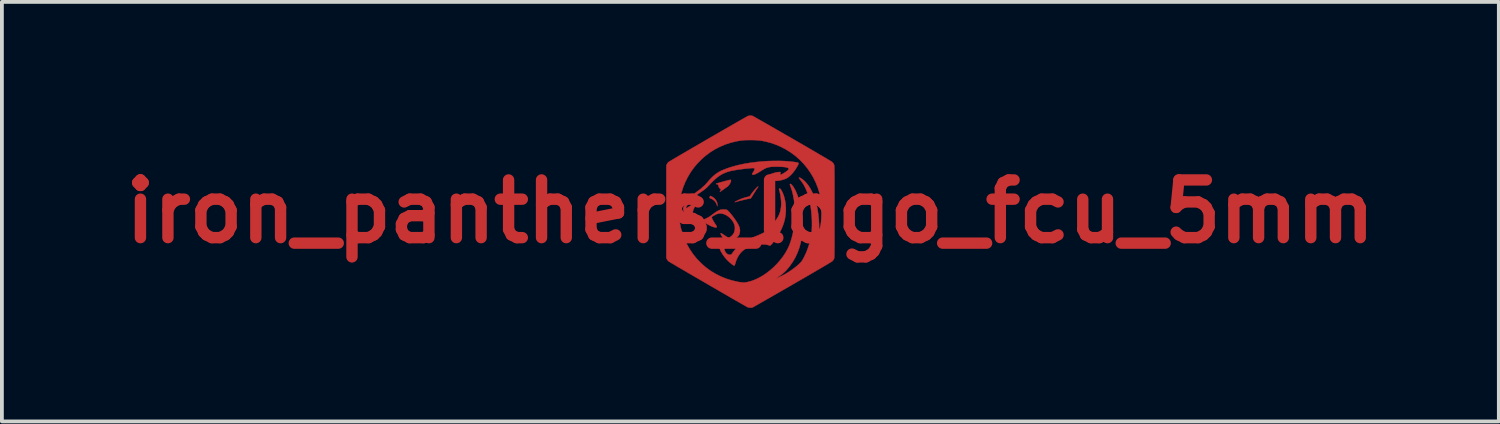
<source format=kicad_pcb>
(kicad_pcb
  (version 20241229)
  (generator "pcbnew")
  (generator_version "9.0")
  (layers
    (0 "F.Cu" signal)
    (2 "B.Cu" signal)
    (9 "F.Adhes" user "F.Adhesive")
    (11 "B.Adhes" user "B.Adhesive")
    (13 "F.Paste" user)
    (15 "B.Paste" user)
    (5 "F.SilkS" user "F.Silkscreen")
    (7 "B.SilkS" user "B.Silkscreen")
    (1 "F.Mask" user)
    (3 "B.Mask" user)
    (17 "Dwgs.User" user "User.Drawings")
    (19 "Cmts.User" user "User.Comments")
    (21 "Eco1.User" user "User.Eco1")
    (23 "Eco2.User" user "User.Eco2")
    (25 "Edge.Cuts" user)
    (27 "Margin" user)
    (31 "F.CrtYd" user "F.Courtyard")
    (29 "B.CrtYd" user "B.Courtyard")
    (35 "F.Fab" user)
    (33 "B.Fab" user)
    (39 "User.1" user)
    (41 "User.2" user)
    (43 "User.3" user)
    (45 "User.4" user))
  (footprint "iron_panthers_logo_fcu_5mm"
    (layer "F.Cu")
    (at 16.771 2.538)
    (property "Reference" "iron_panthers_logo_fcu_5mm" (at 0 0 0) (layer "F.Cu") (effects (font (size 1.524 1.524) (thickness 0.3))))
    (attr through_hole)
    (fp_poly (pts (xy -1.048 -0.41) (xy -1.032 -0.402) (xy -1.011 -0.391) (xy -0.991 -0.379) (xy -0.973 -0.368) (xy -0.966 -0.363) (xy -0.942 -0.34) (xy -0.918 -0.31) (xy -0.897 -0.278) (xy -0.882 -0.247) (xy -0.879 -0.238) (xy -0.874 -0.211) (xy -0.871 -0.182) (xy -0.871 -0.17) (xy -0.873 -0.137) (xy -0.882 -0.17) (xy -0.895 -0.205) (xy -0.915 -0.241) (xy -0.94 -0.274) (xy -0.964 -0.297) (xy -0.982 -0.31) (xy -1.005 -0.325) (xy -1.029 -0.338) (xy -1.051 -0.348) (xy -1.067 -0.355) (xy -1.072 -0.356) (xy -1.079 -0.36) (xy -1.079 -0.362) (xy -1.077 -0.372) (xy -1.072 -0.387) (xy -1.065 -0.402) (xy -1.059 -0.411) (xy -1.057 -0.413) (xy -1.048 -0.41)) (stroke (width 0.01) (type solid)) (fill yes) (layer "F.Cu"))
    (fp_poly (pts (xy -0.516 -0.833) (xy -0.511 -0.819) (xy -0.514 -0.796) (xy -0.518 -0.783) (xy -0.535 -0.746) (xy -0.558 -0.709) (xy -0.585 -0.677) (xy -0.599 -0.664) (xy -0.613 -0.653) (xy -0.635 -0.638) (xy -0.661 -0.619) (xy -0.69 -0.598) (xy -0.719 -0.577) (xy -0.747 -0.558) (xy -0.771 -0.542) (xy -0.788 -0.531) (xy -0.795 -0.526) (xy -0.804 -0.523) (xy -0.806 -0.525) (xy -0.803 -0.532) (xy -0.795 -0.546) (xy -0.789 -0.554) (xy -0.772 -0.579) (xy -0.795 -0.599) (xy -0.82 -0.625) (xy -0.835 -0.651) (xy -0.843 -0.682) (xy -0.843 -0.683) (xy -0.847 -0.702) (xy -0.852 -0.711) (xy -0.863 -0.717) (xy -0.878 -0.72) (xy -0.896 -0.725) (xy -0.907 -0.731) (xy -0.909 -0.733) (xy -0.903 -0.736) (xy -0.887 -0.742) (xy -0.861 -0.749) (xy -0.83 -0.759) (xy -0.793 -0.77) (xy -0.752 -0.781) (xy -0.711 -0.792) (xy -0.669 -0.804) (xy -0.63 -0.814) (xy -0.595 -0.823) (xy -0.565 -0.831) (xy -0.543 -0.836) (xy -0.53 -0.838) (xy -0.529 -0.838) (xy -0.516 -0.833)) (stroke (width 0.01) (type solid)) (fill yes) (layer "F.Cu"))
    (fp_poly (pts (xy 0.21 -0.662) (xy 0.207 -0.655) (xy 0.199 -0.64) (xy 0.184 -0.617) (xy 0.169 -0.595) (xy 0.145 -0.559) (xy 0.118 -0.517) (xy 0.091 -0.474) (xy 0.067 -0.435) (xy 0.064 -0.43) (xy 0.043 -0.396) (xy 0.028 -0.373) (xy 0.016 -0.357) (xy 0.008 -0.348) (xy 0.000289 -0.344) (xy -0.005 -0.343) (xy -0.021 -0.341) (xy -0.048 -0.337) (xy -0.083 -0.33) (xy -0.125 -0.321) (xy -0.171 -0.31) (xy -0.22 -0.298) (xy -0.27 -0.286) (xy -0.319 -0.273) (xy -0.365 -0.261) (xy -0.403 -0.25) (xy -0.411 -0.249) (xy -0.41 -0.253) (xy -0.402 -0.258) (xy -0.385 -0.268) (xy -0.362 -0.28) (xy -0.336 -0.294) (xy -0.29 -0.315) (xy -0.237 -0.337) (xy -0.182 -0.356) (xy -0.128 -0.373) (xy -0.079 -0.385) (xy -0.065 -0.388) (xy -0.041 -0.393) (xy -0.026 -0.398) (xy -0.015 -0.405) (xy -0.005 -0.418) (xy 0.004 -0.432) (xy 0.032 -0.472) (xy 0.064 -0.514) (xy 0.097 -0.554) (xy 0.13 -0.592) (xy 0.161 -0.624) (xy 0.188 -0.649) (xy 0.201 -0.659) (xy 0.208 -0.663) (xy 0.21 -0.662)) (stroke (width 0.01) (type solid)) (fill yes) (layer "F.Cu"))
    (fp_poly (pts (xy 0.034 -2.531) (xy 0.058 -2.526) (xy 0.065 -2.522) (xy 0.084 -2.512) (xy 0.112 -2.497) (xy 0.149 -2.476) (xy 0.195 -2.449) (xy 0.249 -2.418) (xy 0.311 -2.383) (xy 0.38 -2.344) (xy 0.456 -2.3) (xy 0.538 -2.253) (xy 0.625 -2.203) (xy 0.717 -2.15) (xy 0.813 -2.095) (xy 0.913 -2.037) (xy 1.017 -1.978) (xy 1.105 -1.927) (xy 1.251 -1.842) (xy 1.387 -1.764) (xy 1.511 -1.692) (xy 1.625 -1.626) (xy 1.728 -1.566) (xy 1.819 -1.512) (xy 1.9 -1.465) (xy 1.97 -1.424) (xy 2.029 -1.389) (xy 2.078 -1.359) (xy 2.116 -1.337) (xy 2.143 -1.32) (xy 2.159 -1.309) (xy 2.163 -1.305) (xy 2.188 -1.279) (xy 2.205 -1.252) (xy 2.209 -1.241) (xy 2.211 -1.237) (xy 2.212 -1.232) (xy 2.214 -1.227) (xy 2.215 -1.22) (xy 2.216 -1.212) (xy 2.217 -1.201) (xy 2.218 -1.187) (xy 2.219 -1.169) (xy 2.219 -1.148) (xy 2.22 -1.122) (xy 2.22 -1.091) (xy 2.221 -1.054) (xy 2.221 -1.011) (xy 2.222 -0.961) (xy 2.222 -0.903) (xy 2.222 -0.838) (xy 2.222 -0.765) (xy 2.222 -0.682) (xy 2.222 -0.59) (xy 2.222 -0.488) (xy 2.222 -0.375) (xy 2.222 -0.251) (xy 2.222 -0.116) (xy 2.223 0.003) (xy 2.222 0.149) (xy 2.222 0.282) (xy 2.222 0.404) (xy 2.222 0.515) (xy 2.222 0.615) (xy 2.222 0.705) (xy 2.222 0.786) (xy 2.222 0.858) (xy 2.222 0.921) (xy 2.221 0.977) (xy 2.221 1.026) (xy 2.221 1.068) (xy 2.22 1.104) (xy 2.22 1.134) (xy 2.219 1.159) (xy 2.218 1.18) (xy 2.218 1.196) (xy 2.217 1.209) (xy 2.216 1.22) (xy 2.215 1.228) (xy 2.214 1.234) (xy 2.212 1.239) (xy 2.211 1.244) (xy 2.21 1.247) (xy 2.193 1.279) (xy 2.17 1.307) (xy 2.17 1.307) (xy 2.162 1.313) (xy 2.145 1.325) (xy 2.119 1.341) (xy 2.084 1.362) (xy 2.04 1.389) (xy 1.986 1.421) (xy 1.923 1.458) (xy 1.85 1.501) (xy 1.767 1.549) (xy 1.674 1.604) (xy 1.571 1.664) (xy 1.457 1.73) (xy 1.333 1.802) (xy 1.197 1.88) (xy 1.114 1.928) (xy 1.009 1.989) (xy 0.905 2.049) (xy 0.806 2.106) (xy 0.71 2.161) (xy 0.618 2.214) (xy 0.531 2.264) (xy 0.45 2.31) (xy 0.375 2.353) (xy 0.307 2.392) (xy 0.246 2.427) (xy 0.192 2.458) (xy 0.147 2.483) (xy 0.111 2.504) (xy 0.084 2.519) (xy 0.067 2.528) (xy 0.061 2.531) (xy 0.024 2.539) (xy -0.017 2.539) (xy -0.056 2.531) (xy -0.073 2.525) (xy -0.085 2.519) (xy -0.107 2.506) (xy -0.139 2.489) (xy -0.179 2.466) (xy -0.228 2.438) (xy -0.284 2.406) (xy -0.346 2.371) (xy -0.415 2.331) (xy -0.489 2.289) (xy -0.567 2.243) (xy -0.65 2.195) (xy -0.736 2.146) (xy -0.825 2.094) (xy -0.916 2.041) (xy -1.009 1.988) (xy -1.102 1.934) (xy -1.196 1.879) (xy -1.289 1.825) (xy -1.38 1.772) (xy -1.47 1.72) (xy -1.557 1.669) (xy -1.642 1.62) (xy -1.722 1.573) (xy -1.797 1.529) (xy -1.868 1.488) (xy -1.933 1.45) (xy -1.991 1.415) (xy -2.042 1.385) (xy -2.085 1.36) (xy -2.12 1.339) (xy -2.146 1.323) (xy -2.161 1.313) (xy -2.167 1.31) (xy -2.183 1.29) (xy -2.199 1.266) (xy -2.205 1.255) (xy -2.219 1.222) (xy -2.219 -0.003) (xy -1.882 -0.003) (xy -1.882 0.054) (xy -1.882 0.101) (xy -1.881 0.139) (xy -1.879 0.171) (xy -1.877 0.2) (xy -1.874 0.227) (xy -1.871 0.254) (xy -1.868 0.27) (xy -1.838 0.426) (xy -1.796 0.577) (xy -1.742 0.722) (xy -1.677 0.862) (xy -1.601 0.996) (xy -1.515 1.123) (xy -1.417 1.244) (xy -1.389 1.275) (xy -1.28 1.385) (xy -1.164 1.484) (xy -1.041 1.573) (xy -0.91 1.651) (xy -0.774 1.719) (xy -0.631 1.776) (xy -0.482 1.822) (xy -0.328 1.857) (xy -0.27 1.867) (xy -0.226 1.873) (xy -0.188 1.876) (xy -0.153 1.875) (xy -0.115 1.87) (xy -0.076 1.863) (xy 0.023 1.837) (xy 0.124 1.8) (xy 0.225 1.752) (xy 0.326 1.695) (xy 0.425 1.628) (xy 0.522 1.553) (xy 0.615 1.471) (xy 0.703 1.383) (xy 0.785 1.289) (xy 0.861 1.191) (xy 0.929 1.089) (xy 0.987 0.984) (xy 0.991 0.977) (xy 1.03 0.89) (xy 1.065 0.793) (xy 1.096 0.687) (xy 1.123 0.575) (xy 1.145 0.458) (xy 1.162 0.338) (xy 1.173 0.217) (xy 1.179 0.096) (xy 1.179 -0.021) (xy 1.176 -0.081) (xy 1.166 -0.206) (xy 1.15 -0.324) (xy 1.129 -0.436) (xy 1.104 -0.538) (xy 1.074 -0.63) (xy 1.067 -0.65) (xy 1.057 -0.677) (xy 1.049 -0.7) (xy 1.045 -0.717) (xy 1.045 -0.724) (xy 1.054 -0.73) (xy 1.069 -0.726) (xy 1.087 -0.712) (xy 1.107 -0.69) (xy 1.13 -0.661) (xy 1.153 -0.624) (xy 1.177 -0.583) (xy 1.201 -0.537) (xy 1.203 -0.531) (xy 1.254 -0.408) (xy 1.297 -0.277) (xy 1.331 -0.14) (xy 1.357 0.003) (xy 1.373 0.149) (xy 1.381 0.298) (xy 1.379 0.446) (xy 1.368 0.594) (xy 1.358 0.67) (xy 1.332 0.815) (xy 1.295 0.953) (xy 1.247 1.084) (xy 1.189 1.21) (xy 1.119 1.33) (xy 1.038 1.446) (xy 0.956 1.545) (xy 0.9 1.601) (xy 0.834 1.658) (xy 0.759 1.711) (xy 0.754 1.714) (xy 0.728 1.731) (xy 0.707 1.746) (xy 0.692 1.756) (xy 0.686 1.761) (xy 0.686 1.762) (xy 0.691 1.761) (xy 0.706 1.756) (xy 0.729 1.746) (xy 0.758 1.733) (xy 0.791 1.718) (xy 0.827 1.701) (xy 0.864 1.682) (xy 0.869 1.68) (xy 0.927 1.649) (xy 0.986 1.613) (xy 1.047 1.574) (xy 1.107 1.532) (xy 1.164 1.49) (xy 1.218 1.447) (xy 1.267 1.406) (xy 1.308 1.367) (xy 1.341 1.331) (xy 1.36 1.307) (xy 1.397 1.247) (xy 1.433 1.177) (xy 1.469 1.099) (xy 1.503 1.015) (xy 1.534 0.927) (xy 1.562 0.839) (xy 1.586 0.751) (xy 1.604 0.666) (xy 1.61 0.635) (xy 1.616 0.584) (xy 1.622 0.524) (xy 1.625 0.456) (xy 1.628 0.384) (xy 1.628 0.311) (xy 1.627 0.238) (xy 1.626 0.194) (xy 1.614 0.032) (xy 1.596 -0.119) (xy 1.572 -0.26) (xy 1.541 -0.389) (xy 1.503 -0.508) (xy 1.458 -0.616) (xy 1.407 -0.713) (xy 1.349 -0.8) (xy 1.324 -0.832) (xy 1.306 -0.854) (xy 1.293 -0.872) (xy 1.284 -0.884) (xy 1.283 -0.888) (xy 1.287 -0.896) (xy 1.3 -0.896) (xy 1.319 -0.889) (xy 1.345 -0.874) (xy 1.376 -0.852) (xy 1.407 -0.827) (xy 1.469 -0.767) (xy 1.527 -0.696) (xy 1.581 -0.614) (xy 1.63 -0.522) (xy 1.673 -0.422) (xy 1.712 -0.313) (xy 1.745 -0.196) (xy 1.772 -0.073) (xy 1.792 0.056) (xy 1.807 0.191) (xy 1.815 0.329) (xy 1.817 0.406) (xy 1.817 0.446) (xy 1.817 0.474) (xy 1.818 0.492) (xy 1.819 0.501) (xy 1.821 0.503) (xy 1.823 0.498) (xy 1.826 0.489) (xy 1.843 0.425) (xy 1.858 0.351) (xy 1.87 0.269) (xy 1.88 0.182) (xy 1.885 0.093) (xy 1.887 0.004) (xy 1.887 0.003) (xy 1.885 -0.111) (xy 1.877 -0.216) (xy 1.863 -0.318) (xy 1.843 -0.419) (xy 1.829 -0.478) (xy 1.785 -0.624) (xy 1.729 -0.765) (xy 1.663 -0.901) (xy 1.586 -1.029) (xy 1.5 -1.151) (xy 1.405 -1.266) (xy 1.301 -1.372) (xy 1.189 -1.471) (xy 1.069 -1.56) (xy 0.942 -1.64) (xy 0.809 -1.71) (xy 0.67 -1.769) (xy 0.525 -1.818) (xy 0.435 -1.842) (xy 0.367 -1.857) (xy 0.305 -1.869) (xy 0.244 -1.877) (xy 0.182 -1.883) (xy 0.115 -1.887) (xy 0.039 -1.888) (xy 0.013 -1.889) (xy -0.054 -1.888) (xy -0.111 -1.887) (xy -0.162 -1.885) (xy -0.209 -1.881) (xy -0.255 -1.875) (xy -0.304 -1.868) (xy -0.358 -1.857) (xy -0.375 -1.854) (xy -0.523 -1.818) (xy -0.666 -1.771) (xy -0.804 -1.712) (xy -0.936 -1.644) (xy -1.062 -1.565) (xy -1.181 -1.476) (xy -1.292 -1.379) (xy -1.396 -1.273) (xy -1.491 -1.16) (xy -1.577 -1.039) (xy -1.654 -0.91) (xy -1.721 -0.776) (xy -1.778 -0.635) (xy -1.823 -0.489) (xy -1.832 -0.454) (xy -1.847 -0.394) (xy -1.858 -0.34) (xy -1.867 -0.29) (xy -1.873 -0.24) (xy -1.878 -0.188) (xy -1.88 -0.132) (xy -1.882 -0.067) (xy -1.882 -0.003) (xy -2.219 -0.003) (xy -2.219 -1.216) (xy -2.205 -1.248) (xy -2.191 -1.272) (xy -2.174 -1.295) (xy -2.167 -1.303) (xy -2.159 -1.309) (xy -2.141 -1.32) (xy -2.113 -1.336) (xy -2.077 -1.358) (xy -2.032 -1.385) (xy -1.979 -1.416) (xy -1.919 -1.451) (xy -1.853 -1.49) (xy -1.781 -1.532) (xy -1.704 -1.577) (xy -1.623 -1.624) (xy -1.538 -1.674) (xy -1.45 -1.725) (xy -1.359 -1.778) (xy -1.267 -1.831) (xy -1.173 -1.886) (xy -1.08 -1.94) (xy -0.986 -1.994) (xy -0.893 -2.048) (xy -0.802 -2.1) (xy -0.713 -2.152) (xy -0.627 -2.201) (xy -0.544 -2.249) (xy -0.466 -2.294) (xy -0.393 -2.336) (xy -0.325 -2.375) (xy -0.263 -2.41) (xy -0.208 -2.442) (xy -0.16 -2.469) (xy -0.121 -2.491) (xy -0.09 -2.508) (xy -0.069 -2.519) (xy -0.059 -2.525) (xy -0.058 -2.525) (xy -0.031 -2.531) (xy 0.002 -2.533) (xy 0.034 -2.531)) (stroke (width 0.01) (type solid)) (fill yes) (layer "F.Cu"))
    (fp_poly (pts (xy 0.902 -1.333) (xy 1.042 -1.323) (xy 1.175 -1.307) (xy 1.219 -1.3) (xy 1.248 -1.294) (xy 1.266 -1.287) (xy 1.273 -1.277) (xy 1.272 -1.261) (xy 1.263 -1.238) (xy 1.255 -1.221) (xy 1.223 -1.164) (xy 1.185 -1.105) (xy 1.143 -1.048) (xy 1.098 -0.995) (xy 1.051 -0.948) (xy 1.006 -0.91) (xy 0.98 -0.891) (xy 0.937 -0.868) (xy 0.883 -0.848) (xy 0.82 -0.83) (xy 0.775 -0.821) (xy 0.738 -0.816) (xy 0.694 -0.812) (xy 0.647 -0.81) (xy 0.598 -0.809) (xy 0.551 -0.81) (xy 0.509 -0.812) (xy 0.473 -0.816) (xy 0.448 -0.821) (xy 0.448 -0.821) (xy 0.418 -0.833) (xy 0.396 -0.846) (xy 0.383 -0.86) (xy 0.381 -0.868) (xy 0.385 -0.877) (xy 0.396 -0.892) (xy 0.41 -0.908) (xy 0.441 -0.935) (xy 0.482 -0.96) (xy 0.532 -0.985) (xy 0.588 -1.007) (xy 0.647 -1.025) (xy 0.675 -1.032) (xy 0.697 -1.036) (xy 0.723 -1.039) (xy 0.749 -1.042) (xy 0.771 -1.044) (xy 0.787 -1.044) (xy 0.791 -1.043) (xy 0.799 -1.035) (xy 0.798 -1.021) (xy 0.791 -1.007) (xy 0.785 -0.992) (xy 0.79 -0.98) (xy 0.798 -0.975) (xy 0.811 -0.976) (xy 0.833 -0.985) (xy 0.864 -1.002) (xy 0.905 -1.027) (xy 0.926 -1.041) (xy 0.965 -1.069) (xy 0.993 -1.093) (xy 1.01 -1.113) (xy 1.015 -1.129) (xy 1.01 -1.142) (xy 0.995 -1.153) (xy 0.993 -1.153) (xy 0.966 -1.163) (xy 0.936 -1.17) (xy 0.899 -1.176) (xy 0.854 -1.18) (xy 0.8 -1.183) (xy 0.74 -1.185) (xy 0.666 -1.186) (xy 0.604 -1.185) (xy 0.55 -1.181) (xy 0.502 -1.174) (xy 0.459 -1.164) (xy 0.418 -1.15) (xy 0.377 -1.131) (xy 0.335 -1.107) (xy 0.301 -1.086) (xy 0.24 -1.047) (xy 0.188 -1.017) (xy 0.145 -0.994) (xy 0.111 -0.98) (xy 0.084 -0.973) (xy 0.073 -0.973) (xy 0.054 -0.977) (xy 0.046 -0.986) (xy 0.049 -1) (xy 0.062 -1.021) (xy 0.063 -1.022) (xy 0.077 -1.042) (xy 0.092 -1.067) (xy 0.098 -1.08) (xy 0.109 -1.107) (xy 0.114 -1.126) (xy 0.111 -1.138) (xy 0.098 -1.145) (xy 0.076 -1.148) (xy 0.043 -1.148) (xy 0.027 -1.147) (xy -0.029 -1.142) (xy -0.092 -1.136) (xy -0.16 -1.129) (xy -0.229 -1.12) (xy -0.298 -1.111) (xy -0.364 -1.101) (xy -0.425 -1.09) (xy -0.478 -1.081) (xy -0.522 -1.071) (xy -0.53 -1.069) (xy -0.608 -1.047) (xy -0.68 -1.019) (xy -0.749 -0.987) (xy -0.814 -0.947) (xy -0.88 -0.899) (xy -0.945 -0.843) (xy -1.014 -0.776) (xy -1.057 -0.731) (xy -1.101 -0.685) (xy -1.139 -0.646) (xy -1.175 -0.613) (xy -1.209 -0.584) (xy -1.246 -0.557) (xy -1.286 -0.529) (xy -1.295 -0.522) (xy -1.353 -0.484) (xy -1.401 -0.45) (xy -1.442 -0.418) (xy -1.478 -0.387) (xy -1.512 -0.355) (xy -1.544 -0.32) (xy -1.577 -0.281) (xy -1.613 -0.235) (xy -1.644 -0.194) (xy -1.668 -0.162) (xy -1.684 -0.137) (xy -1.694 -0.118) (xy -1.699 -0.106) (xy -1.7 -0.095) (xy -1.697 -0.09) (xy -1.687 -0.091) (xy -1.671 -0.099) (xy -1.645 -0.114) (xy -1.625 -0.127) (xy -1.598 -0.144) (xy -1.571 -0.16) (xy -1.549 -0.173) (xy -1.538 -0.179) (xy -1.511 -0.191) (xy -1.489 -0.175) (xy -1.472 -0.16) (xy -1.464 -0.146) (xy -1.466 -0.129) (xy -1.476 -0.107) (xy -1.482 -0.097) (xy -1.507 -0.045) (xy -1.52 0.007) (xy -1.52 0.058) (xy -1.508 0.109) (xy -1.498 0.132) (xy -1.474 0.171) (xy -1.443 0.2) (xy -1.406 0.218) (xy -1.362 0.227) (xy -1.318 0.227) (xy -1.259 0.218) (xy -1.198 0.198) (xy -1.133 0.167) (xy -1.064 0.126) (xy -0.991 0.072) (xy -0.991 0.072) (xy -0.937 0.032) (xy -0.891 0.001) (xy -0.848 -0.023) (xy -0.813 -0.039) (xy -0.787 -0.047) (xy -0.753 -0.052) (xy -0.717 -0.055) (xy -0.681 -0.054) (xy -0.649 -0.051) (xy -0.624 -0.046) (xy -0.618 -0.043) (xy -0.599 -0.029) (xy -0.576 -0.007) (xy -0.548 0.024) (xy -0.517 0.06) (xy -0.484 0.101) (xy -0.45 0.145) (xy -0.417 0.191) (xy -0.386 0.236) (xy -0.357 0.28) (xy -0.333 0.32) (xy -0.317 0.35) (xy -0.293 0.404) (xy -0.279 0.452) (xy -0.274 0.497) (xy -0.275 0.521) (xy -0.281 0.566) (xy -0.293 0.604) (xy -0.311 0.637) (xy -0.337 0.666) (xy -0.372 0.692) (xy -0.417 0.716) (xy -0.471 0.74) (xy -0.51 0.757) (xy -0.541 0.77) (xy -0.564 0.781) (xy -0.583 0.792) (xy -0.599 0.804) (xy -0.615 0.818) (xy -0.628 0.829) (xy -0.658 0.86) (xy -0.678 0.888) (xy -0.688 0.917) (xy -0.691 0.95) (xy -0.69 0.964) (xy -0.681 1.018) (xy -0.663 1.063) (xy -0.635 1.1) (xy -0.604 1.125) (xy -0.576 1.138) (xy -0.546 1.143) (xy -0.519 1.141) (xy -0.508 1.137) (xy -0.5 1.129) (xy -0.486 1.113) (xy -0.47 1.091) (xy -0.456 1.072) (xy -0.435 1.044) (xy -0.408 1.011) (xy -0.378 0.976) (xy -0.346 0.943) (xy -0.343 0.939) (xy -0.302 0.9) (xy -0.261 0.865) (xy -0.219 0.832) (xy -0.173 0.802) (xy -0.123 0.773) (xy -0.066 0.744) (xy -0.001 0.714) (xy 0.073 0.682) (xy 0.127 0.66) (xy 0.17 0.643) (xy 0.213 0.625) (xy 0.253 0.607) (xy 0.288 0.591) (xy 0.315 0.579) (xy 0.318 0.577) (xy 0.364 0.551) (xy 0.409 0.521) (xy 0.452 0.486) (xy 0.496 0.444) (xy 0.542 0.395) (xy 0.591 0.337) (xy 0.644 0.269) (xy 0.653 0.257) (xy 0.7 0.191) (xy 0.737 0.129) (xy 0.766 0.069) (xy 0.787 0.008) (xy 0.802 -0.057) (xy 0.812 -0.128) (xy 0.813 -0.138) (xy 0.816 -0.2) (xy 0.814 -0.27) (xy 0.807 -0.345) (xy 0.797 -0.42) (xy 0.783 -0.492) (xy 0.766 -0.559) (xy 0.765 -0.562) (xy 0.76 -0.581) (xy 0.759 -0.592) (xy 0.762 -0.6) (xy 0.765 -0.603) (xy 0.775 -0.608) (xy 0.787 -0.605) (xy 0.8 -0.591) (xy 0.817 -0.566) (xy 0.818 -0.564) (xy 0.857 -0.489) (xy 0.888 -0.404) (xy 0.912 -0.313) (xy 0.929 -0.216) (xy 0.937 -0.115) (xy 0.938 -0.013) (xy 0.93 0.09) (xy 0.913 0.191) (xy 0.91 0.202) (xy 0.892 0.275) (xy 0.87 0.344) (xy 0.842 0.415) (xy 0.807 0.492) (xy 0.804 0.498) (xy 0.777 0.549) (xy 0.747 0.603) (xy 0.713 0.658) (xy 0.678 0.712) (xy 0.642 0.763) (xy 0.607 0.809) (xy 0.575 0.849) (xy 0.547 0.879) (xy 0.542 0.884) (xy 0.524 0.9) (xy 0.464 0.884) (xy 0.437 0.877) (xy 0.412 0.873) (xy 0.387 0.87) (xy 0.357 0.868) (xy 0.319 0.868) (xy 0.308 0.867) (xy 0.261 0.868) (xy 0.222 0.87) (xy 0.187 0.874) (xy 0.152 0.881) (xy 0.112 0.891) (xy 0.083 0.9) (xy 0.044 0.912) (xy 0.001 0.929) (xy -0.044 0.947) (xy -0.087 0.967) (xy -0.125 0.986) (xy -0.156 1.003) (xy -0.162 1.007) (xy -0.217 1.05) (xy -0.267 1.104) (xy -0.312 1.167) (xy -0.35 1.238) (xy -0.381 1.314) (xy -0.395 1.362) (xy -0.404 1.392) (xy -0.411 1.412) (xy -0.417 1.423) (xy -0.425 1.428) (xy -0.429 1.429) (xy -0.437 1.425) (xy -0.453 1.416) (xy -0.474 1.401) (xy -0.49 1.39) (xy -0.555 1.336) (xy -0.619 1.274) (xy -0.678 1.206) (xy -0.729 1.135) (xy -0.772 1.064) (xy -0.78 1.049) (xy -0.794 1.018) (xy -0.804 0.994) (xy -0.809 0.973) (xy -0.811 0.951) (xy -0.812 0.947) (xy -0.812 0.921) (xy -0.809 0.902) (xy -0.802 0.882) (xy -0.795 0.868) (xy -0.776 0.83) (xy -0.801 0.784) (xy -0.817 0.751) (xy -0.823 0.728) (xy -0.821 0.713) (xy -0.81 0.706) (xy -0.8 0.708) (xy -0.781 0.714) (xy -0.757 0.724) (xy -0.742 0.73) (xy -0.718 0.742) (xy -0.698 0.75) (xy -0.686 0.754) (xy -0.683 0.755) (xy -0.686 0.749) (xy -0.694 0.736) (xy -0.708 0.717) (xy -0.718 0.702) (xy -0.74 0.671) (xy -0.759 0.642) (xy -0.773 0.616) (xy -0.782 0.595) (xy -0.785 0.581) (xy -0.784 0.578) (xy -0.78 0.573) (xy -0.772 0.573) (xy -0.761 0.577) (xy -0.744 0.588) (xy -0.719 0.604) (xy -0.705 0.614) (xy -0.676 0.634) (xy -0.646 0.653) (xy -0.62 0.669) (xy -0.606 0.678) (xy -0.567 0.698) (xy -0.535 0.676) (xy -0.487 0.638) (xy -0.451 0.595) (xy -0.426 0.546) (xy -0.411 0.491) (xy -0.407 0.432) (xy -0.413 0.377) (xy -0.43 0.322) (xy -0.457 0.268) (xy -0.493 0.217) (xy -0.537 0.17) (xy -0.586 0.129) (xy -0.64 0.094) (xy -0.698 0.068) (xy -0.749 0.054) (xy -0.786 0.049) (xy -0.824 0.05) (xy -0.862 0.059) (xy -0.905 0.075) (xy -0.953 0.1) (xy -0.986 0.119) (xy -1.006 0.131) (xy -1.017 0.14) (xy -1.02 0.148) (xy -1.019 0.158) (xy -1.019 0.158) (xy -1.01 0.186) (xy -0.993 0.222) (xy -0.97 0.263) (xy -0.941 0.309) (xy -0.934 0.32) (xy -0.913 0.351) (xy -0.899 0.373) (xy -0.89 0.389) (xy -0.886 0.399) (xy -0.886 0.406) (xy -0.888 0.411) (xy -0.892 0.415) (xy -0.902 0.421) (xy -0.917 0.423) (xy -0.938 0.419) (xy -0.968 0.41) (xy -0.994 0.402) (xy -1.054 0.377) (xy -1.115 0.346) (xy -1.163 0.317) (xy -1.185 0.303) (xy -1.202 0.292) (xy -1.214 0.286) (xy -1.216 0.286) (xy -1.22 0.291) (xy -1.219 0.306) (xy -1.214 0.327) (xy -1.207 0.352) (xy -1.197 0.379) (xy -1.192 0.389) (xy -1.181 0.414) (xy -1.175 0.431) (xy -1.175 0.441) (xy -1.177 0.444) (xy -1.187 0.444) (xy -1.205 0.437) (xy -1.23 0.423) (xy -1.261 0.403) (xy -1.295 0.377) (xy -1.307 0.368) (xy -1.33 0.35) (xy -1.345 0.339) (xy -1.358 0.333) (xy -1.372 0.331) (xy -1.39 0.33) (xy -1.395 0.33) (xy -1.425 0.329) (xy -1.451 0.322) (xy -1.477 0.311) (xy -1.506 0.292) (xy -1.519 0.281) (xy -1.578 0.233) (xy -1.63 0.182) (xy -1.676 0.13) (xy -1.715 0.079) (xy -1.744 0.029) (xy -1.764 -0.017) (xy -1.77 -0.043) (xy -1.774 -0.072) (xy -1.772 -0.098) (xy -1.765 -0.123) (xy -1.75 -0.152) (xy -1.728 -0.185) (xy -1.72 -0.195) (xy -1.65 -0.286) (xy -1.584 -0.365) (xy -1.52 -0.432) (xy -1.458 -0.488) (xy -1.399 -0.534) (xy -1.39 -0.54) (xy -1.361 -0.56) (xy -1.33 -0.583) (xy -1.304 -0.605) (xy -1.292 -0.615) (xy -1.268 -0.637) (xy -1.243 -0.66) (xy -1.22 -0.679) (xy -1.22 -0.68) (xy -1.203 -0.695) (xy -1.181 -0.718) (xy -1.156 -0.745) (xy -1.132 -0.774) (xy -1.129 -0.778) (xy -1.057 -0.86) (xy -0.985 -0.931) (xy -0.914 -0.99) (xy -0.841 -1.039) (xy -0.778 -1.073) (xy -0.738 -1.091) (xy -0.688 -1.111) (xy -0.632 -1.133) (xy -0.571 -1.154) (xy -0.51 -1.174) (xy -0.45 -1.192) (xy -0.438 -1.196) (xy -0.306 -1.23) (xy -0.165 -1.26) (xy -0.018 -1.285) (xy 0.135 -1.305) (xy 0.29 -1.321) (xy 0.446 -1.332) (xy 0.601 -1.337) (xy 0.754 -1.338) (xy 0.902 -1.333)) (stroke (width 0.01) (type solid)) (fill yes) (layer "F.Cu")))
  (gr_rect
    (start -3 -3)
    (end 36.543 8.082)
    (stroke (width 0.1) (type default))
    (fill no)
    (layer "Edge.Cuts")))
</source>
